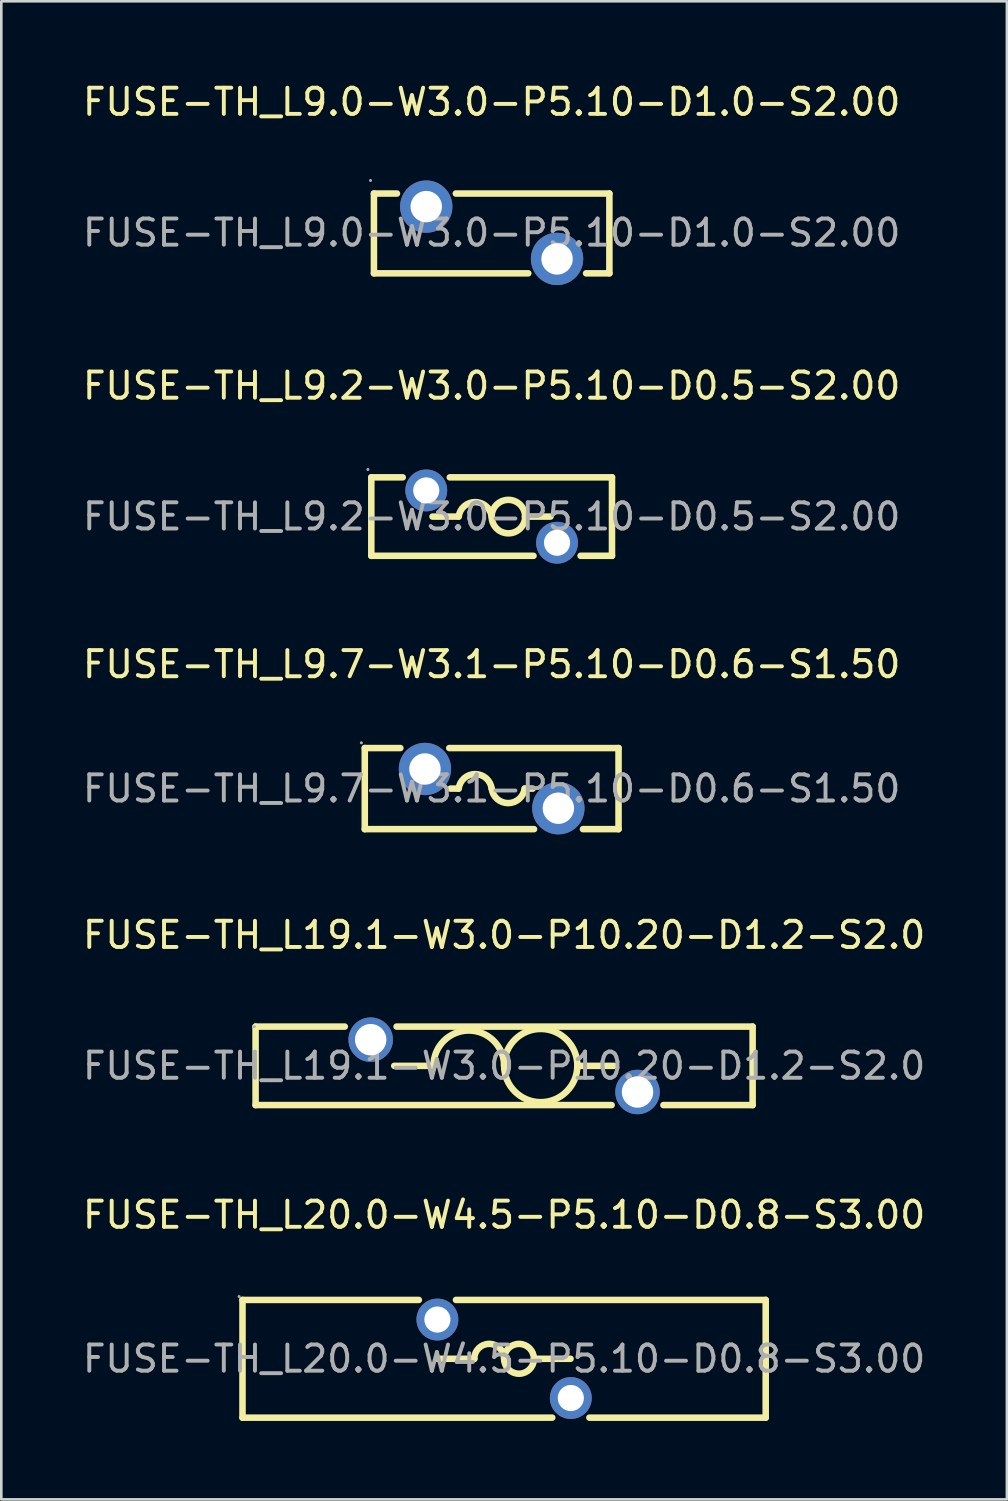
<source format=kicad_pcb>
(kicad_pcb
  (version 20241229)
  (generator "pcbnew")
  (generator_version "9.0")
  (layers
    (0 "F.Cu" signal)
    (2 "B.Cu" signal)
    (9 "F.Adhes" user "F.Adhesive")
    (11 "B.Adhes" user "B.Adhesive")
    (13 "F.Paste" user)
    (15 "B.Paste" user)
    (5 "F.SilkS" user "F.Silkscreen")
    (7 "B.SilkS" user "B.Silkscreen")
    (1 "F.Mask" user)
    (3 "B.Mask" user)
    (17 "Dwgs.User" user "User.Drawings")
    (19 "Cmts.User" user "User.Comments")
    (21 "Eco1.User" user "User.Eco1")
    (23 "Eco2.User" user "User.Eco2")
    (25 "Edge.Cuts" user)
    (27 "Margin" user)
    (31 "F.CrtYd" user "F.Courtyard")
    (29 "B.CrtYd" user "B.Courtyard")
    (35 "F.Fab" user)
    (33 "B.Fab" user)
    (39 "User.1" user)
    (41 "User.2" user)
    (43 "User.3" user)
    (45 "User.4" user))
  (footprint "FUSE-TH_L9.2-W3.0-P5.10-D0.5-S2.00"
    (layer "F.Cu")
    (at 15.744 16.697)
    (property "Reference" "FUSE-TH_L9.2-W3.0-P5.10-D0.5-S2.00" (at 0 -5 0) (layer "F.SilkS") (effects (font (size 1 1) (thickness 0.15))))
    (attr through_hole)
    (fp_line (start -4.6 -1.5) (end -3.4 -1.5) (stroke (width 0.25) (type solid)) (layer "F.SilkS"))
    (fp_line (start -4.6 1.5) (end -4.6 -1.5) (stroke (width 0.25) (type solid)) (layer "F.SilkS"))
    (fp_line (start -4.6 1.5) (end 1.6 1.5) (stroke (width 0.25) (type solid)) (layer "F.SilkS"))
    (fp_line (start -2.26 0) (end -1.27 0) (stroke (width 0.25) (type solid)) (layer "F.SilkS"))
    (fp_line (start -1.6 -1.5) (end 4.6 -1.5) (stroke (width 0.25) (type solid)) (layer "F.SilkS"))
    (fp_line (start 2.25 0) (end 1.27 0) (stroke (width 0.25) (type solid)) (layer "F.SilkS"))
    (fp_line (start 3.4 1.5) (end 4.6 1.5) (stroke (width 0.25) (type solid)) (layer "F.SilkS"))
    (fp_line (start 4.6 -1.5) (end 4.6 1.5) (stroke (width 0.25) (type solid)) (layer "F.SilkS"))
    (fp_arc (start -1.260199 0.001582) (mid -0.630797 -0.555059) (end 0 0) (stroke (width 0.25) (type solid)) (layer "F.SilkS"))
    (fp_arc (start 0.000097 -0.01117) (mid 1.279976 0.005585) (end 0 0) (stroke (width 0.25) (type solid)) (layer "F.SilkS"))
    (fp_circle (center -4.73 -1.8) (end -4.7 -1.8) (stroke (width 0.06) (type solid)) (fill no) (layer "F.Fab"))
    (fp_circle (center -2.5 -1) (end -2.3 -1) (stroke (width 0.4) (type solid)) (fill no) (layer "F.Fab"))
    (fp_circle (center 2.5 1) (end 2.7 1) (stroke (width 0.4) (type solid)) (fill no) (layer "F.Fab"))
    (fp_text user "${REFERENCE}" (at 0 0 0) (layer "F.Fab") (effects (font (size 1 1) (thickness 0.15))))
    (pad "1" thru_hole circle (at -2.5 -1) (size 1.6 1.6) (drill 1) (layers "*.Cu" "*.Paste" "*.Mask"))
    (pad "2" thru_hole circle (at 2.5 1) (size 1.6 1.6) (drill 1) (layers "*.Cu" "*.Paste" "*.Mask")))
  (footprint "FUSE-TH_L9.7-W3.1-P5.10-D0.6-S1.50"
    (layer "F.Cu")
    (at 15.744 27.095)
    (property "Reference" "FUSE-TH_L9.7-W3.1-P5.10-D0.6-S1.50" (at 0 -4.75 0) (layer "F.SilkS") (effects (font (size 1 1) (thickness 0.15))))
    (attr through_hole)
    (fp_line (start -4.85 -1.55) (end -3.49 -1.55) (stroke (width 0.25) (type solid)) (layer "F.SilkS"))
    (fp_line (start -4.85 1.55) (end -4.85 -1.55) (stroke (width 0.25) (type solid)) (layer "F.SilkS"))
    (fp_line (start -4.85 1.55) (end 1.62 1.55) (stroke (width 0.25) (type solid)) (layer "F.SilkS"))
    (fp_line (start -1.62 -1.55) (end 4.85 -1.55) (stroke (width 0.25) (type solid)) (layer "F.SilkS"))
    (fp_line (start -1.57 0) (end -1.27 0) (stroke (width 0.25) (type solid)) (layer "F.SilkS"))
    (fp_line (start 1.57 0) (end 1.27 0) (stroke (width 0.25) (type solid)) (layer "F.SilkS"))
    (fp_line (start 3.49 1.55) (end 4.85 1.55) (stroke (width 0.25) (type solid)) (layer "F.SilkS"))
    (fp_line (start 4.85 -1.55) (end 4.85 1.55) (stroke (width 0.25) (type solid)) (layer "F.SilkS"))
    (fp_arc (start -1.260199 0.001582) (mid -0.630797 -0.555059) (end 0 0) (stroke (width 0.25) (type solid)) (layer "F.SilkS"))
    (fp_arc (start 1.260199 -0.001582) (mid 0.630797 0.555059) (end 0 0) (stroke (width 0.25) (type solid)) (layer "F.SilkS"))
    (fp_circle (center -4.98 -1.75) (end -4.95 -1.75) (stroke (width 0.06) (type solid)) (fill no) (layer "F.Fab"))
    (fp_circle (center -2.55 -0.75) (end -2.3 -0.75) (stroke (width 0.5) (type solid)) (fill no) (layer "F.Fab"))
    (fp_circle (center 2.55 0.75) (end 2.8 0.75) (stroke (width 0.5) (type solid)) (fill no) (layer "F.Fab"))
    (fp_text user "${REFERENCE}" (at 0 0 0) (layer "F.Fab") (effects (font (size 1 1) (thickness 0.15))))
    (pad "1" thru_hole circle (at -2.55 -0.75) (size 2 2) (drill 1.2) (layers "*.Cu" "*.Paste" "*.Mask"))
    (pad "2" thru_hole circle (at 2.55 0.75) (size 2 2) (drill 1.2) (layers "*.Cu" "*.Paste" "*.Mask")))
  (footprint "FUSE-TH_L9.0-W3.0-P5.10-D1.0-S2.00"
    (layer "F.Cu")
    (at 15.744 5.848)
    (property "Reference" "FUSE-TH_L9.0-W3.0-P5.10-D1.0-S2.00" (at 0 -5 0) (layer "F.SilkS") (effects (font (size 1 1) (thickness 0.15))))
    (attr through_hole)
    (fp_line (start -4.5 -1.5) (end -4.5 1.55) (stroke (width 0.25) (type solid)) (layer "F.SilkS"))
    (fp_line (start -4.5 -1.5) (end -3.62 -1.5) (stroke (width 0.25) (type solid)) (layer "F.SilkS"))
    (fp_line (start -4.5 1.55) (end 1.4 1.55) (stroke (width 0.25) (type solid)) (layer "F.SilkS"))
    (fp_line (start -1.37 -1.5) (end 4.5 -1.5) (stroke (width 0.25) (type solid)) (layer "F.SilkS"))
    (fp_line (start 3.61 1.55) (end 4.5 1.55) (stroke (width 0.25) (type solid)) (layer "F.SilkS"))
    (fp_line (start 4.5 -1.5) (end 4.5 1.55) (stroke (width 0.25) (type solid)) (layer "F.SilkS"))
    (fp_circle (center -4.63 -2) (end -4.6 -2) (stroke (width 0.06) (type solid)) (fill no) (layer "F.Fab"))
    (fp_circle (center -2.5 -1) (end -2.25 -1) (stroke (width 0.5) (type solid)) (fill no) (layer "F.Fab"))
    (fp_circle (center 2.5 1) (end 2.75 1) (stroke (width 0.5) (type solid)) (fill no) (layer "F.Fab"))
    (fp_text user "${REFERENCE}" (at 0 0 0) (layer "F.Fab") (effects (font (size 1 1) (thickness 0.15))))
    (pad "1" thru_hole circle (at -2.5 -1) (size 2 2) (drill 1.2) (layers "*.Cu" "*.Paste" "*.Mask"))
    (pad "2" thru_hole circle (at 2.5 1) (size 2 2) (drill 1.2) (layers "*.Cu" "*.Paste" "*.Mask")))
  (footprint "FUSE-TH_L20.0-W4.5-P5.10-D0.8-S3.00"
    (layer "F.Cu")
    (at 16.22 48.891)
    (property "Reference" "FUSE-TH_L20.0-W4.5-P5.10-D0.8-S3.00" (at 0 -5.5 0) (layer "F.SilkS") (effects (font (size 1 1) (thickness 0.15))))
    (attr through_hole)
    (fp_line (start -10 -2.25) (end -3.26 -2.25) (stroke (width 0.25) (type solid)) (layer "F.SilkS"))
    (fp_line (start -10 2.25) (end -10 -2.25) (stroke (width 0.25) (type solid)) (layer "F.SilkS"))
    (fp_line (start -10 2.25) (end 1.84 2.25) (stroke (width 0.25) (type solid)) (layer "F.SilkS"))
    (fp_line (start -2.54 0) (end -1.14 0) (stroke (width 0.25) (type solid)) (layer "F.SilkS"))
    (fp_line (start -1.84 -2.25) (end 10 -2.25) (stroke (width 0.25) (type solid)) (layer "F.SilkS"))
    (fp_line (start 2.54 0) (end 1.14 0) (stroke (width 0.25) (type solid)) (layer "F.SilkS"))
    (fp_line (start 3.26 2.25) (end 10 2.25) (stroke (width 0.25) (type solid)) (layer "F.SilkS"))
    (fp_line (start 10 -2.25) (end 10 2.25) (stroke (width 0.25) (type solid)) (layer "F.SilkS"))
    (fp_arc (start -1.14 0) (mid -0.57 -0.57) (end 0 0) (stroke (width 0.25) (type solid)) (layer "F.SilkS"))
    (fp_arc (start 0.000087 -0.009948) (mid 1.139978 0.004974) (end 0 0) (stroke (width 0.25) (type solid)) (layer "F.SilkS"))
    (fp_circle (center -10.13 -2.38) (end -10.1 -2.38) (stroke (width 0.06) (type solid)) (fill no) (layer "F.Fab"))
    (fp_circle (center -2.55 -1.5) (end -2.35 -1.5) (stroke (width 0.4) (type solid)) (fill no) (layer "F.Fab"))
    (fp_circle (center 2.55 1.5) (end 2.75 1.5) (stroke (width 0.4) (type solid)) (fill no) (layer "F.Fab"))
    (fp_text user "${REFERENCE}" (at 0 0 0) (layer "F.Fab") (effects (font (size 1 1) (thickness 0.15))))
    (pad "1" thru_hole circle (at -2.55 -1.5) (size 1.6 1.6) (drill 1) (layers "*.Cu" "*.Paste" "*.Mask"))
    (pad "2" thru_hole circle (at 2.55 1.5) (size 1.6 1.6) (drill 1) (layers "*.Cu" "*.Paste" "*.Mask")))
  (footprint "FUSE-TH_L19.1-W3.0-P10.20-D1.2-S2.0"
    (layer "F.Cu")
    (at 16.22 37.693)
    (property "Reference" "FUSE-TH_L19.1-W3.0-P10.20-D1.2-S2.0" (at 0 -5 0) (layer "F.SilkS") (effects (font (size 1 1) (thickness 0.15))))
    (attr through_hole)
    (fp_line (start -9.5 -1.5) (end -9.5 1.5) (stroke (width 0.25) (type solid)) (layer "F.SilkS"))
    (fp_line (start -9.5 -1.5) (end -6.09 -1.5) (stroke (width 0.25) (type solid)) (layer "F.SilkS"))
    (fp_line (start -4.11 -1.5) (end 9.5 -1.5) (stroke (width 0.25) (type solid)) (layer "F.SilkS"))
    (fp_line (start -2.7 0) (end -4.2 0) (stroke (width 0.25) (type solid)) (layer "F.SilkS"))
    (fp_line (start 2.8 0) (end 4.2 0) (stroke (width 0.25) (type solid)) (layer "F.SilkS"))
    (fp_line (start 4.11 1.5) (end -9.5 1.5) (stroke (width 0.25) (type solid)) (layer "F.SilkS"))
    (fp_line (start 9.5 1.5) (end 6.09 1.5) (stroke (width 0.25) (type solid)) (layer "F.SilkS"))
    (fp_line (start 9.5 1.5) (end 9.5 -1.5) (stroke (width 0.25) (type solid)) (layer "F.SilkS"))
    (fp_arc (start -2.7 0) (mid -1.35 -1.35) (end 0 0) (stroke (width 0.25) (type solid)) (layer "F.SilkS"))
    (fp_arc (start 0.000213 -0.034433) (mid 2.799947 0.002217) (end 0 -0.01) (stroke (width 0.25) (type solid)) (layer "F.SilkS"))
    (fp_circle (center -9.55 -1.5) (end -9.52 -1.5) (stroke (width 0.06) (type solid)) (fill no) (layer "F.Fab"))
    (fp_circle (center -5.1 -1) (end -4.9 -1) (stroke (width 0.4) (type solid)) (fill no) (layer "F.Fab"))
    (fp_circle (center 5.1 1) (end 5.3 1) (stroke (width 0.4) (type solid)) (fill no) (layer "F.Fab"))
    (fp_text user "${REFERENCE}" (at 0 0 0) (layer "F.Fab") (effects (font (size 1 1) (thickness 0.15))))
    (pad "1" thru_hole circle (at -5.1 -1) (size 1.7 1.7) (drill 1.2) (layers "*.Cu" "*.Paste" "*.Mask"))
    (pad "2" thru_hole circle (at 5.1 1) (size 1.7 1.7) (drill 1.2) (layers "*.Cu" "*.Paste" "*.Mask")))
  (gr_rect
    (start -3 -3)
    (end 35.44 54.266)
    (stroke (width 0.1) (type default))
    (fill no)
    (layer "Edge.Cuts")))
</source>
